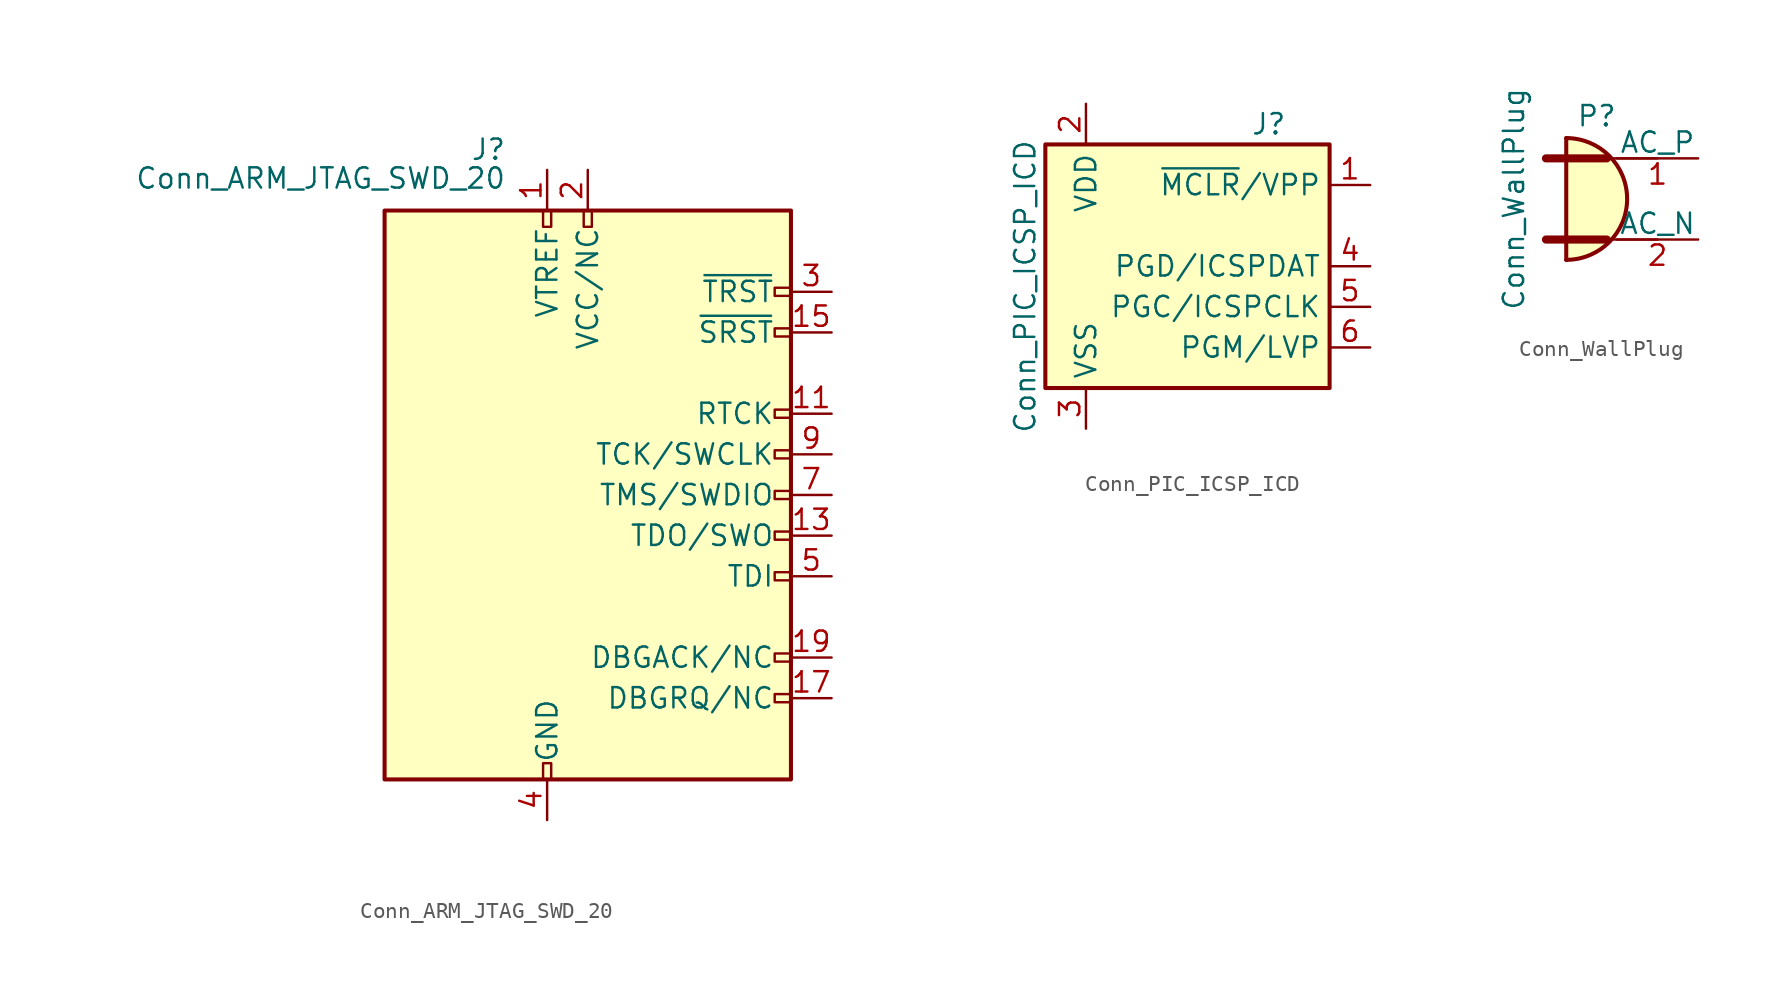
<source format=kicad_sym>
(kicad_symbol_lib
  (version 20220914)
  (generator kicad_symbol_editor)
  (symbol "Conn_ARM_JTAG_SWD_20"
    (pin_names
      (offset 1.016))
    (property "Reference" "J"
      (at -5.08 21.59 0)
      (effects (font (size 1.27 1.27)) (justify right)))
    (property "Value" "Conn_ARM_JTAG_SWD_20"
      (at -5.08 19.05 0)
      (effects (font (size 1.27 1.27)) (justify right bottom)))
    (symbol "Conn_ARM_JTAG_SWD_20_0_1"
      (rectangle (start -12.7 17.78) (end 12.7 -17.78) (stroke (width 0.254) (type default)) (fill (type background)))
      (rectangle (start -2.794 -17.78) (end -2.286 -16.764) (stroke (width 0) (type default)) (fill (type none)))
      (rectangle (start -2.794 17.78) (end -2.286 16.764) (stroke (width 0) (type default)) (fill (type none)))
      (rectangle (start -0.254 17.78) (end 0.254 16.764) (stroke (width 0) (type default)) (fill (type none)))
      (rectangle (start 11.684 2.286) (end 12.7 2.794) (stroke (width 0) (type default)) (fill (type none)))
      (rectangle (start 12.7 -12.446) (end 11.684 -12.954) (stroke (width 0) (type default)) (fill (type none)))
      (rectangle (start 12.7 -9.906) (end 11.684 -10.414) (stroke (width 0) (type default)) (fill (type none)))
      (rectangle (start 12.7 -2.794) (end 11.684 -2.286) (stroke (width 0) (type default)) (fill (type none)))
      (rectangle (start 12.7 -0.254) (end 11.684 0.254) (stroke (width 0) (type default)) (fill (type none)))
      (rectangle (start 12.7 4.826) (end 11.684 5.334) (stroke (width 0) (type default)) (fill (type none)))
      (rectangle (start 12.7 10.414) (end 11.684 9.906) (stroke (width 0) (type default)) (fill (type none)))
      (rectangle (start 12.7 12.954) (end 11.684 12.446) (stroke (width 0) (type default)) (fill (type none))))
    (symbol "Conn_ARM_JTAG_SWD_20_1_1"
      (rectangle (start 11.684 -5.334) (end 12.7 -4.826) (stroke (width 0) (type default)) (fill (type none)))
      (pin power_in line (at -2.54 20.32 270) (length 2.54) (name "VTREF" (effects (font (size 1.27 1.27)))) (number "1" (effects (font (size 1.27 1.27)))))
      (pin passive line (at -2.54 -20.32 90) (length 2.54) hide (name "GND" (effects (font (size 1.27 1.27)))) (number "10" (effects (font (size 1.27 1.27)))))
      (pin input line (at 15.24 5.08 180) (length 2.54) (name "RTCK" (effects (font (size 1.27 1.27)))) (number "11" (effects (font (size 1.27 1.27)))))
      (pin passive line (at -2.54 -20.32 90) (length 2.54) hide (name "GND" (effects (font (size 1.27 1.27)))) (number "12" (effects (font (size 1.27 1.27)))))
      (pin input line (at 15.24 -2.54 180) (length 2.54) (name "TDO/SWO" (effects (font (size 1.27 1.27)))) (number "13" (effects (font (size 1.27 1.27)))))
      (pin passive line (at -2.54 -20.32 90) (length 2.54) hide (name "GND" (effects (font (size 1.27 1.27)))) (number "14" (effects (font (size 1.27 1.27)))))
      (pin bidirectional line (at 15.24 10.16 180) (length 2.54) (name "~{SRST}" (effects (font (size 1.27 1.27)))) (number "15" (effects (font (size 1.27 1.27)))))
      (pin passive line (at -2.54 -20.32 90) (length 2.54) hide (name "GND" (effects (font (size 1.27 1.27)))) (number "16" (effects (font (size 1.27 1.27)))))
      (pin output line (at 15.24 -12.7 180) (length 2.54) (name "DBGRQ/NC" (effects (font (size 1.27 1.27)))) (number "17" (effects (font (size 1.27 1.27)))))
      (pin passive line (at -2.54 -20.32 90) (length 2.54) hide (name "GND" (effects (font (size 1.27 1.27)))) (number "18" (effects (font (size 1.27 1.27)))))
      (pin input line (at 15.24 -10.16 180) (length 2.54) (name "DBGACK/NC" (effects (font (size 1.27 1.27)))) (number "19" (effects (font (size 1.27 1.27)))))
      (pin power_in line (at 0 20.32 270) (length 2.54) (name "VCC/NC" (effects (font (size 1.27 1.27)))) (number "2" (effects (font (size 1.27 1.27)))))
      (pin passive line (at -2.54 -20.32 90) (length 2.54) hide (name "GND" (effects (font (size 1.27 1.27)))) (number "20" (effects (font (size 1.27 1.27)))))
      (pin output line (at 15.24 12.7 180) (length 2.54) (name "~{TRST}" (effects (font (size 1.27 1.27)))) (number "3" (effects (font (size 1.27 1.27)))))
      (pin power_in line (at -2.54 -20.32 90) (length 2.54) (name "GND" (effects (font (size 1.27 1.27)))) (number "4" (effects (font (size 1.27 1.27)))))
      (pin output line (at 15.24 -5.08 180) (length 2.54) (name "TDI" (effects (font (size 1.27 1.27)))) (number "5" (effects (font (size 1.27 1.27)))))
      (pin passive line (at -2.54 -20.32 90) (length 2.54) hide (name "GND" (effects (font (size 1.27 1.27)))) (number "6" (effects (font (size 1.27 1.27)))))
      (pin output line (at 15.24 0 180) (length 2.54) (name "TMS/SWDIO" (effects (font (size 1.27 1.27)))) (number "7" (effects (font (size 1.27 1.27)))))
      (pin passive line (at -2.54 -20.32 90) (length 2.54) hide (name "GND" (effects (font (size 1.27 1.27)))) (number "8" (effects (font (size 1.27 1.27)))))
      (pin output line (at 15.24 2.54 180) (length 2.54) (name "TCK/SWCLK" (effects (font (size 1.27 1.27)))) (number "9" (effects (font (size 1.27 1.27)))))))
  (symbol "Conn_PIC_ICSP_ICD"
    (property "Reference" "J"
      (at 6.35 8.89 0)
      (effects (font (size 1.27 1.27))))
    (property "Value" "Conn_PIC_ICSP_ICD"
      (at -8.89 -1.27 90)
      (effects (font (size 1.27 1.27))))
    (symbol "Conn_PIC_ICSP_ICD_0_1"
      (rectangle (start -7.62 7.62) (end 10.16 -7.62) (stroke (width 0.254) (type default)) (fill (type background))))
    (symbol "Conn_PIC_ICSP_ICD_1_1"
      (pin passive line (at 12.7 5.08 180) (length 2.54) (name "~{MCLR}/VPP" (effects (font (size 1.27 1.27)))) (number "1" (effects (font (size 1.27 1.27)))))
      (pin passive line (at -5.08 10.16 270) (length 2.54) (name "VDD" (effects (font (size 1.27 1.27)))) (number "2" (effects (font (size 1.27 1.27)))))
      (pin power_in line (at -5.08 -10.16 90) (length 2.54) (name "VSS" (effects (font (size 1.27 1.27)))) (number "3" (effects (font (size 1.27 1.27)))))
      (pin bidirectional line (at 12.7 0 180) (length 2.54) (name "PGD/ICSPDAT" (effects (font (size 1.27 1.27)))) (number "4" (effects (font (size 1.27 1.27)))))
      (pin output line (at 12.7 -2.54 180) (length 2.54) (name "PGC/ICSPCLK" (effects (font (size 1.27 1.27)))) (number "5" (effects (font (size 1.27 1.27)))))
      (pin output line (at 12.7 -5.08 180) (length 2.54) (name "PGM/LVP" (effects (font (size 1.27 1.27)))) (number "6" (effects (font (size 1.27 1.27)))))))
  (symbol "Conn_WallPlug"
    (pin_names
      (offset 0))
    (property "Reference" "P"
      (at -1.27 4.445 0)
      (effects (font (size 1.27 1.27)) (justify bottom)))
    (property "Value" "Conn_WallPlug"
      (at -5.715 0 90)
      (effects (font (size 1.27 1.27)) (justify bottom)))
    (symbol "Conn_WallPlug_0_1"
      (arc (start -3.175 -3.81) (mid 0.6184 0) (end -3.175 3.81) (stroke (width 0.254) (type default)) (fill (type background)))
      (polyline (pts (xy -4.445 -2.54) (xy -0.635 -2.54)) (stroke (width 0.508) (type default)) (fill (type none)))
      (polyline (pts (xy -4.445 2.54) (xy -0.635 2.54)) (stroke (width 0.508) (type default)) (fill (type none)))
      (polyline (pts (xy -3.175 -3.81) (xy -3.175 3.81)) (stroke (width 0.254) (type default)) (fill (type none)))
      (polyline (pts (xy -0.635 -2.54) (xy 2.54 -2.54)) (stroke (width 0) (type default)) (fill (type none)))
      (polyline (pts (xy -0.635 2.54) (xy 2.54 2.54)) (stroke (width 0) (type default)) (fill (type none))))
    (symbol "Conn_WallPlug_1_1"
      (pin power_out line (at 5.08 2.54 180) (length 5.08) (name "AC_P" (effects (font (size 1.27 1.27)))) (number "1" (effects (font (size 1.27 1.27)))))
      (pin power_out line (at 5.08 -2.54 180) (length 5.08) (name "AC_N" (effects (font (size 1.27 1.27)))) (number "2" (effects (font (size 1.27 1.27))))))))
</source>
